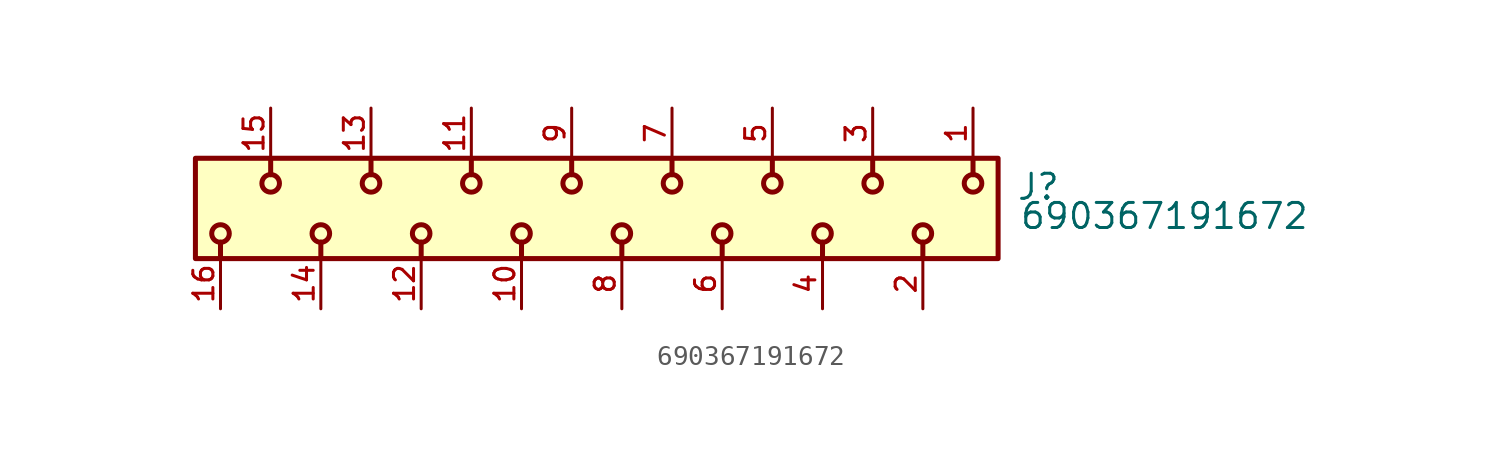
<source format=kicad_sym>
(kicad_symbol_lib
  (version 20211014)
  (generator kicad_symbol_editor)
  (symbol "690367191672"
    (pin_names
      (offset 1.016))
    (property "Reference" "J"
      (at 19.96 0.348 0)
      (effects (font (size 1.27 1.27)) (justify bottom left)))
    (property "Value" "690367191672"
      (at 20.11 -1.13 0)
      (effects (font (size 1.27 1.27)) (justify bottom left)))
    (symbol "690367191672_0_0"
      (polyline (pts (xy 10.16 -1.705) (xy 10.16 -2.54)) (stroke (width 0.254)))
      (polyline (pts (xy 15.24 -1.705) (xy 15.24 -2.54)) (stroke (width 0.254)))
      (polyline (pts (xy 5.08 -1.705) (xy 5.08 -2.54)) (stroke (width 0.254)))
      (polyline (pts (xy 0.0 -1.705) (xy 0.0 -2.54)) (stroke (width 0.254)))
      (polyline (pts (xy -5.08 -1.705) (xy -5.08 -2.54)) (stroke (width 0.254)))
      (polyline (pts (xy -10.16 -1.705) (xy -10.16 -2.54)) (stroke (width 0.254)))
      (polyline (pts (xy -15.24 -1.705) (xy -15.24 -2.54)) (stroke (width 0.254)))
      (polyline (pts (xy -20.32 -1.705) (xy -20.32 -2.54)) (stroke (width 0.254)))
      (polyline (pts (xy -17.78 1.705) (xy -17.78 2.54)) (stroke (width 0.254)))
      (polyline (pts (xy -2.54 1.705) (xy -2.54 2.54)) (stroke (width 0.254)))
      (polyline (pts (xy -7.62 1.705) (xy -7.62 2.54)) (stroke (width 0.254)))
      (polyline (pts (xy -12.7 1.705) (xy -12.7 2.54)) (stroke (width 0.254)))
      (polyline (pts (xy 12.7 1.705) (xy 12.7 2.54)) (stroke (width 0.254)))
      (polyline (pts (xy 7.62 1.705) (xy 7.62 2.54)) (stroke (width 0.254)))
      (polyline (pts (xy 2.54 1.705) (xy 2.54 2.54)) (stroke (width 0.254)))
      (polyline (pts (xy 17.78 1.705) (xy 17.78 2.54)) (stroke (width 0.254)))
      (circle (center 10.16 -1.27) (radius 0.445) (stroke (width 0.254)) (fill (type none)))
      (circle (center 15.24 -1.27) (radius 0.445) (stroke (width 0.254)) (fill (type none)))
      (circle (center 5.08 -1.27) (radius 0.445) (stroke (width 0.254)) (fill (type none)))
      (circle (center 0.0 -1.27) (radius 0.445) (stroke (width 0.254)) (fill (type none)))
      (circle (center -5.08 -1.27) (radius 0.445) (stroke (width 0.254)) (fill (type none)))
      (circle (center -10.16 -1.27) (radius 0.445) (stroke (width 0.254)) (fill (type none)))
      (circle (center -15.24 -1.27) (radius 0.445) (stroke (width 0.254)) (fill (type none)))
      (circle (center -20.32 -1.27) (radius 0.445) (stroke (width 0.254)) (fill (type none)))
      (circle (center -17.78 1.27) (radius 0.445) (stroke (width 0.254)) (fill (type none)))
      (circle (center -2.54 1.27) (radius 0.445) (stroke (width 0.254)) (fill (type none)))
      (circle (center -7.62 1.27) (radius 0.445) (stroke (width 0.254)) (fill (type none)))
      (circle (center -12.7 1.27) (radius 0.445) (stroke (width 0.254)) (fill (type none)))
      (circle (center 12.7 1.27) (radius 0.445) (stroke (width 0.254)) (fill (type none)))
      (circle (center 7.62 1.27) (radius 0.445) (stroke (width 0.254)) (fill (type none)))
      (circle (center 2.54 1.27) (radius 0.445) (stroke (width 0.254)) (fill (type none)))
      (circle (center 17.78 1.27) (radius 0.445) (stroke (width 0.254)) (fill (type none)))
      (rectangle (start -21.59 -2.54) (end 19.05 2.54) (stroke (width 0.254)) (fill (type background)))
      (pin passive line (at 15.24 -5.08 90.0) (length 2.54) (name "~" (effects (font (size 1.016 1.016)))) (number "2" (effects (font (size 1.016 1.016)))))
      (pin passive line (at 17.78 5.08 270.0) (length 2.54) (name "~" (effects (font (size 1.016 1.016)))) (number "1" (effects (font (size 1.016 1.016)))))
      (pin passive line (at 12.7 5.08 270.0) (length 2.54) (name "~" (effects (font (size 1.016 1.016)))) (number "3" (effects (font (size 1.016 1.016)))))
      (pin passive line (at 10.16 -5.08 90.0) (length 2.54) (name "~" (effects (font (size 1.016 1.016)))) (number "4" (effects (font (size 1.016 1.016)))))
      (pin passive line (at 7.62 5.08 270.0) (length 2.54) (name "~" (effects (font (size 1.016 1.016)))) (number "5" (effects (font (size 1.016 1.016)))))
      (pin passive line (at 5.08 -5.08 90.0) (length 2.54) (name "~" (effects (font (size 1.016 1.016)))) (number "6" (effects (font (size 1.016 1.016)))))
      (pin passive line (at 2.54 5.08 270.0) (length 2.54) (name "~" (effects (font (size 1.016 1.016)))) (number "7" (effects (font (size 1.016 1.016)))))
      (pin passive line (at 0.0 -5.08 90.0) (length 2.54) (name "~" (effects (font (size 1.016 1.016)))) (number "8" (effects (font (size 1.016 1.016)))))
      (pin passive line (at -2.54 5.08 270.0) (length 2.54) (name "~" (effects (font (size 1.016 1.016)))) (number "9" (effects (font (size 1.016 1.016)))))
      (pin passive line (at -5.08 -5.08 90.0) (length 2.54) (name "~" (effects (font (size 1.016 1.016)))) (number "10" (effects (font (size 1.016 1.016)))))
      (pin passive line (at -7.62 5.08 270.0) (length 2.54) (name "~" (effects (font (size 1.016 1.016)))) (number "11" (effects (font (size 1.016 1.016)))))
      (pin passive line (at -10.16 -5.08 90.0) (length 2.54) (name "~" (effects (font (size 1.016 1.016)))) (number "12" (effects (font (size 1.016 1.016)))))
      (pin passive line (at -12.7 5.08 270.0) (length 2.54) (name "~" (effects (font (size 1.016 1.016)))) (number "13" (effects (font (size 1.016 1.016)))))
      (pin passive line (at -15.24 -5.08 90.0) (length 2.54) (name "~" (effects (font (size 1.016 1.016)))) (number "14" (effects (font (size 1.016 1.016)))))
      (pin passive line (at -17.78 5.08 270.0) (length 2.54) (name "~" (effects (font (size 1.016 1.016)))) (number "15" (effects (font (size 1.016 1.016)))))
      (pin passive line (at -20.32 -5.08 90.0) (length 2.54) (name "~" (effects (font (size 1.016 1.016)))) (number "16" (effects (font (size 1.016 1.016))))))))
</source>
